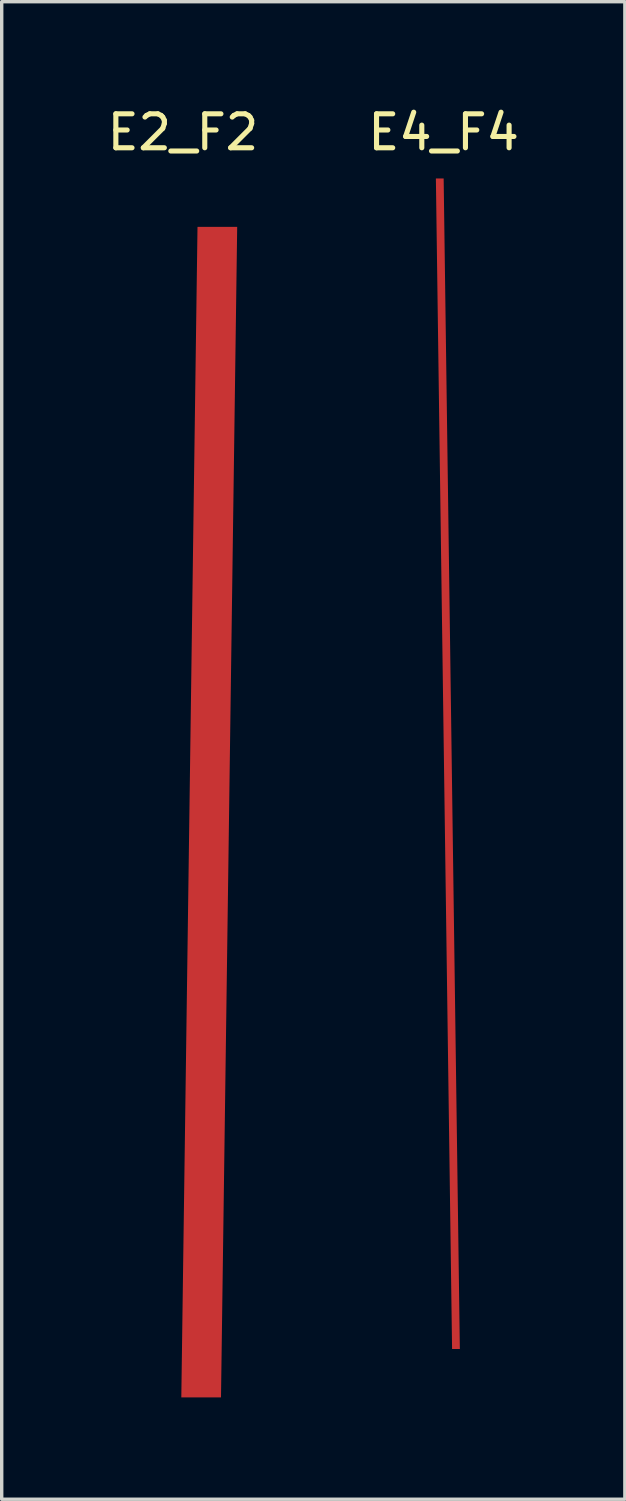
<source format=kicad_pcb>
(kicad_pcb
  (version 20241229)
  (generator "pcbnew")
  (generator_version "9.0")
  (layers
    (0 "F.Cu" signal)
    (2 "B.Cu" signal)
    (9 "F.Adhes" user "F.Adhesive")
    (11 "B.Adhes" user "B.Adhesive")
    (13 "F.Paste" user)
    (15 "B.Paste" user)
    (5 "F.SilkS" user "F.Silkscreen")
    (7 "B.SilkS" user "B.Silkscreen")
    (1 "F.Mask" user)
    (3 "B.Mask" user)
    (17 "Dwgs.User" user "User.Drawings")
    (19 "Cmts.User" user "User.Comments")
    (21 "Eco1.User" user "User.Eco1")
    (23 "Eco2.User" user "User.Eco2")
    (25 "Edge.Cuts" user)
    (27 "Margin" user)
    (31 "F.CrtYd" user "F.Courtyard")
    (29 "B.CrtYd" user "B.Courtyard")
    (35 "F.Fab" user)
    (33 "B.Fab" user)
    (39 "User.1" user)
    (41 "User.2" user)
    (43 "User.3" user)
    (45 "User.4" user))
  (footprint "E2_F2"
    (layer "F.Cu")
    (at 2.339 0.348)
    (property "Reference" "E2_F2" (at 0 0.5 0) (layer "F.SilkS") (effects (font (size 1 1) (thickness 0.15))))
    (attr through_hole)
    (pad "1" connect custom (at 0.775 20.525) (size 0.1 0.1) (layers "F.Cu" "F.Mask") (options (anchor rect)) (primitives (gr_poly (pts (xy -0.346 -17.241) (xy -0.823 17.241) (xy 0.346 17.241) (xy 0.823 -17.241)) (width 0) (fill yes)))))
  (footprint "E4_F4"
    (layer "F.Cu")
    (at 10.018 0.348)
    (property "Reference" "E4_F4" (at 0 0.5 0) (layer "F.SilkS") (effects (font (size 1 1) (thickness 0.15))))
    (attr through_hole)
    (pad "1" connect custom (at 0.125 19.1) (size 0.1 0.1) (layers "F.Cu" "F.Mask") (options (anchor rect)) (primitives (gr_poly (pts (xy -0.353 -17.241) (xy 0.124 17.241) (xy 0.353 17.241) (xy -0.124 -17.241)) (width 0) (fill yes)))))
  (gr_rect
    (start -3 -3)
    (end 15.357 41.114)
    (stroke (width 0.1) (type default))
    (fill no)
    (layer "Edge.Cuts")))
</source>
